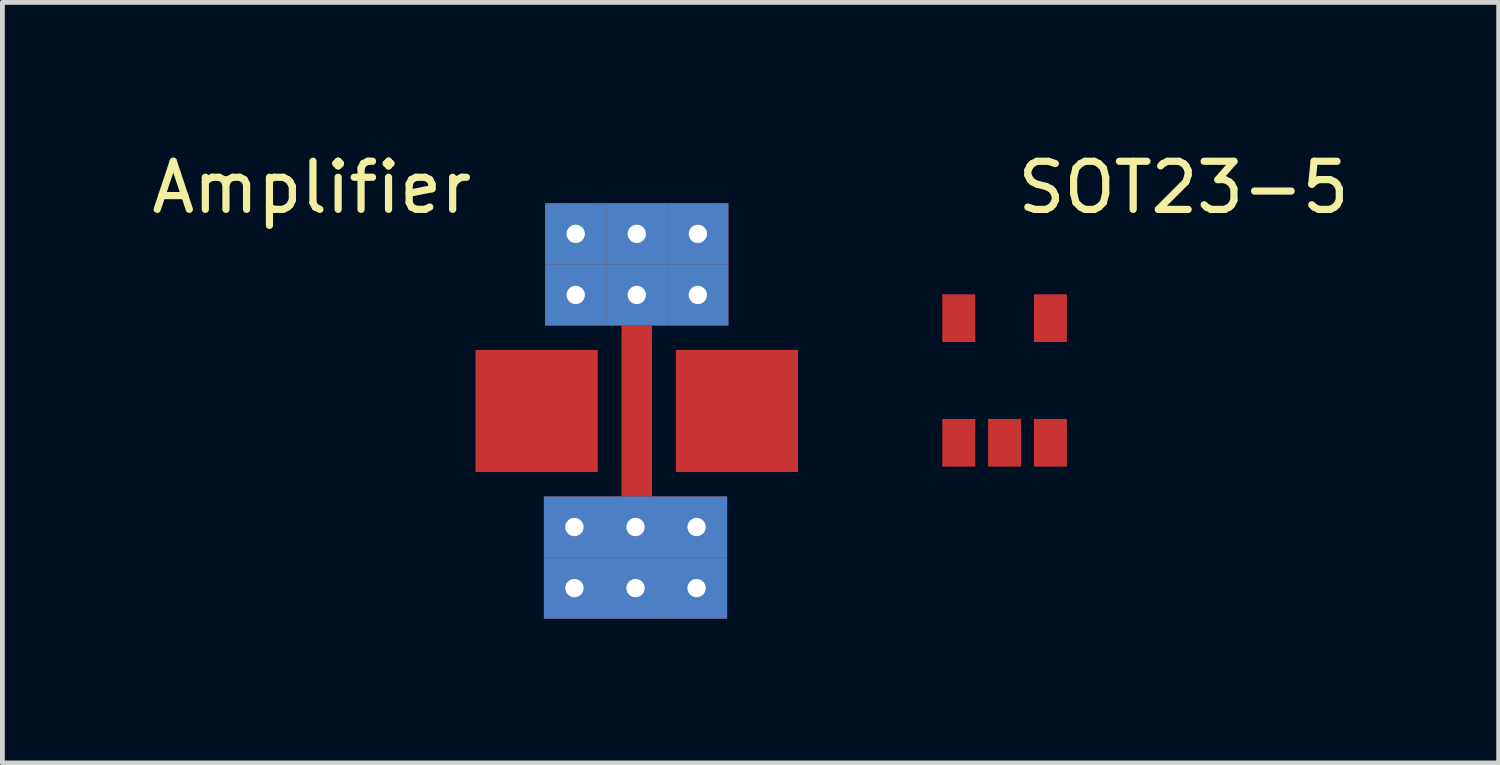
<source format=kicad_pcb>
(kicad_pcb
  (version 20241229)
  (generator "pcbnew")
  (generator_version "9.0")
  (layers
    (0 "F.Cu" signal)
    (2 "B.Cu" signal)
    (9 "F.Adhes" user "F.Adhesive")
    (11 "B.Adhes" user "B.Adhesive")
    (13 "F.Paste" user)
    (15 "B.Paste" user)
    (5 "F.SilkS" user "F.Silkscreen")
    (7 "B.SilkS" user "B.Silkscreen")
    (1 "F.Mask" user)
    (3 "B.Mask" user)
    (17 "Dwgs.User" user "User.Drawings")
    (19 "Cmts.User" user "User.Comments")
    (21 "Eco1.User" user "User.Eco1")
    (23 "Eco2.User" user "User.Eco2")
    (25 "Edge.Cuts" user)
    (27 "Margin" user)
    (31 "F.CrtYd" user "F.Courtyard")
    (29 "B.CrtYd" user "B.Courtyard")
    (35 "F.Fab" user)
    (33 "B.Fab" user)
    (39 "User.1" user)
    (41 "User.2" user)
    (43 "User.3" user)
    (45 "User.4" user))
  (footprint "Amplifier"
    (layer "F.Cu")
    (at 9.378 6.766)
    (property "Reference" "Amplifier" (at -5.944 -5.918 0) (layer "F.SilkS") (effects (font (size 1 1) (thickness 0.15))))
    (attr through_hole)
    (pad "1" smd rect (at -1.27 -1.27) (size 2.54 2.54) (layers "F.Cu" "F.Mask" "F.Paste"))
    (pad "2" thru_hole rect (at -0.483 1.143) (size 1.27 1.27) (drill 0.381) (layers "*.Cu" "*.Mask"))
    (pad "2" thru_hole rect (at -0.483 2.413) (size 1.27 1.27) (drill 0.381) (layers "*.Cu" "*.Mask"))
    (pad "2" thru_hole rect (at -0.457 -4.953) (size 1.27 1.27) (drill 0.381) (layers "*.Cu" "*.Mask"))
    (pad "2" thru_hole rect (at -0.457 -3.683) (size 1.27 1.27) (drill 0.381) (layers "*.Cu" "*.Mask"))
    (pad "2" thru_hole rect (at 0.787 1.143) (size 1.27 1.27) (drill 0.381) (layers "*.Cu" "*.Mask"))
    (pad "2" thru_hole rect (at 0.787 2.413) (size 1.27 1.27) (drill 0.381) (layers "*.Cu" "*.Mask"))
    (pad "2" thru_hole rect (at 0.813 -4.953) (size 1.27 1.27) (drill 0.381) (layers "*.Cu" "*.Mask"))
    (pad "2" thru_hole rect (at 0.813 -3.683) (size 1.27 1.27) (drill 0.381) (layers "*.Cu" "*.Mask"))
    (pad "2" smd rect (at 0.813 -1.27) (size 0.635 3.556) (layers "F.Cu" "F.Mask" "F.Paste"))
    (pad "2" thru_hole rect (at 2.057 1.143) (size 1.27 1.27) (drill 0.381) (layers "*.Cu" "*.Mask"))
    (pad "2" thru_hole rect (at 2.057 2.413) (size 1.27 1.27) (drill 0.381) (layers "*.Cu" "*.Mask"))
    (pad "2" thru_hole rect (at 2.083 -4.953) (size 1.27 1.27) (drill 0.381) (layers "*.Cu" "*.Mask"))
    (pad "2" thru_hole rect (at 2.083 -3.683) (size 1.27 1.27) (drill 0.381) (layers "*.Cu" "*.Mask"))
    (pad "3" smd rect (at 2.896 -1.27) (size 2.54 2.54) (layers "F.Cu" "F.Mask" "F.Paste")))
  (footprint "SOT23-5"
    (layer "F.Cu")
    (at 16.887 4.684)
    (property "Reference" "SOT23-5" (at 4.674 -3.835 0) (layer "F.SilkS") (effects (font (size 1 1) (thickness 0.15))))
    (attr through_hole)
    (pad "1" smd rect (at 0 1.473) (size 0.686 0.991) (layers "F.Cu" "F.Mask" "F.Paste"))
    (pad "2" smd rect (at 0.953 1.473) (size 0.686 0.991) (layers "F.Cu" "F.Mask" "F.Paste"))
    (pad "3" smd rect (at 1.905 1.473) (size 0.686 0.991) (layers "F.Cu" "F.Mask" "F.Paste"))
    (pad "4" smd rect (at 1.905 -1.118) (size 0.686 0.991) (layers "F.Cu" "F.Mask" "F.Paste"))
    (pad "5" smd rect (at 0 -1.118) (size 0.686 0.991) (layers "F.Cu" "F.Mask" "F.Paste")))
  (gr_rect
    (start -3 -3)
    (end 28.114 12.814)
    (stroke (width 0.1) (type default))
    (fill no)
    (layer "Edge.Cuts")))
</source>
